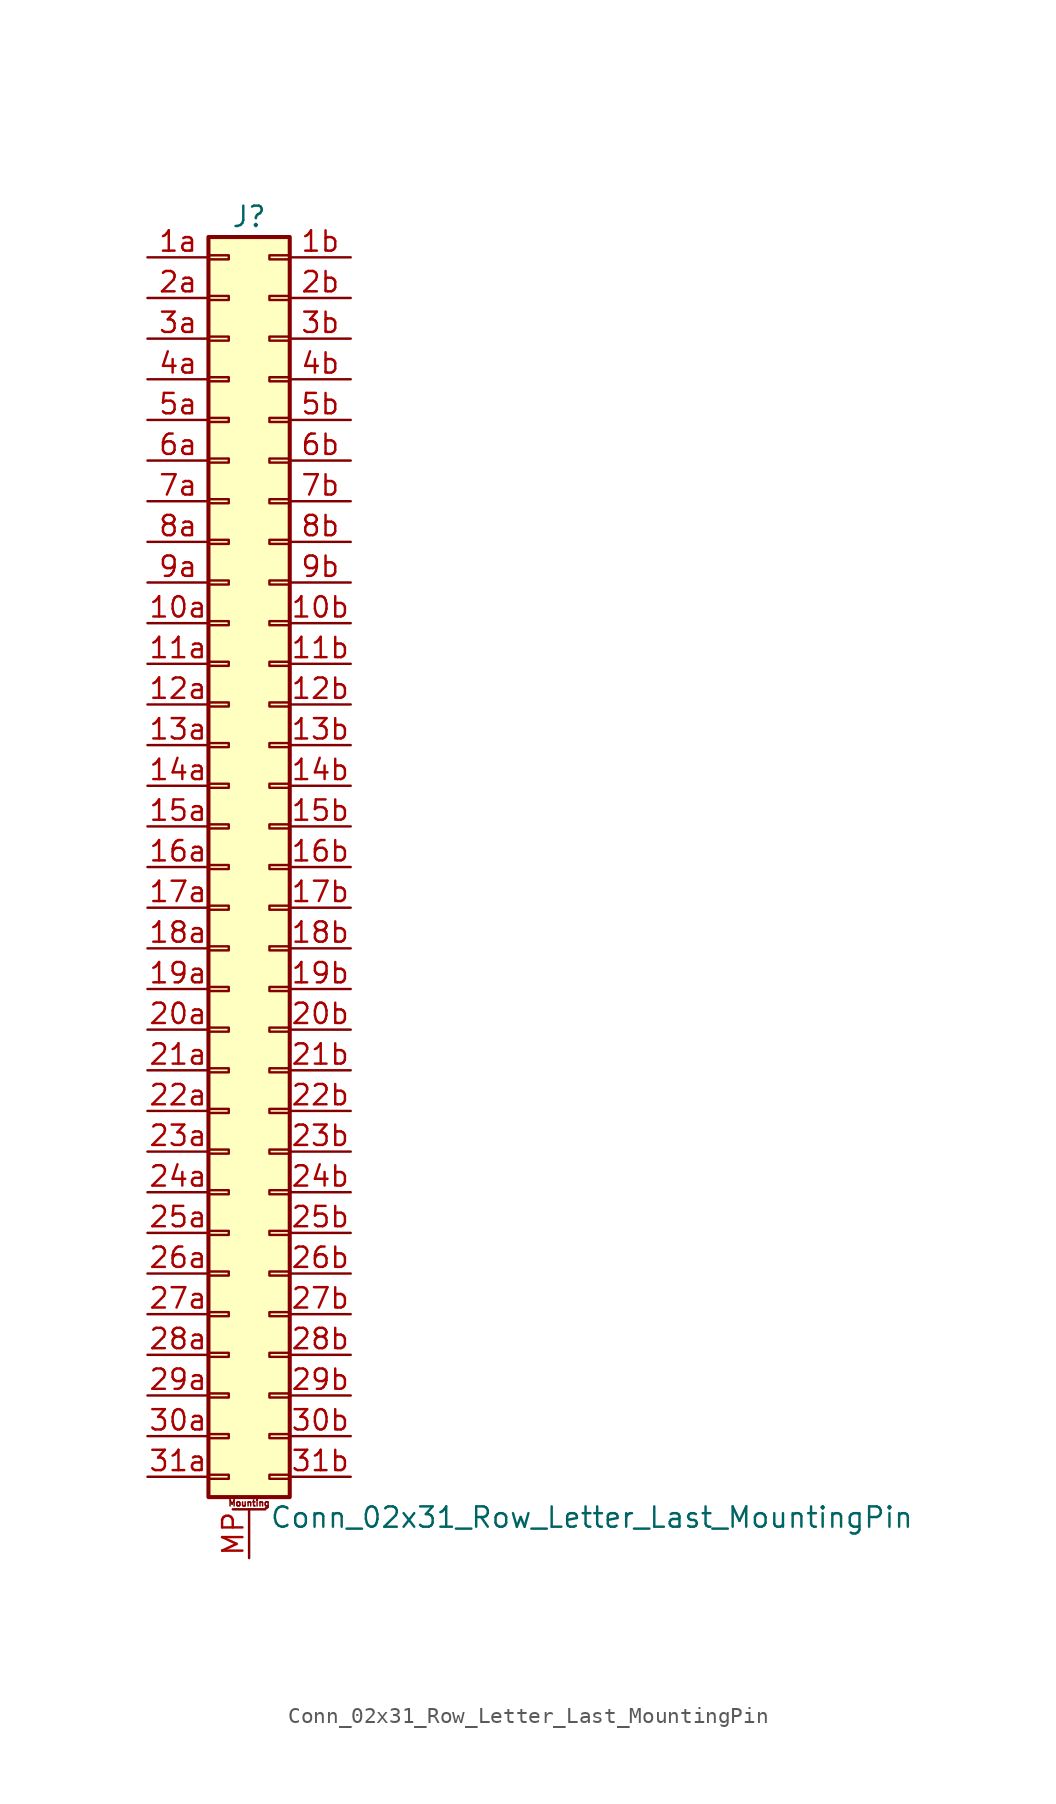
<source format=kicad_sym>
(kicad_symbol_lib
  (version 20201005)
  (generator kicad_symbol_editor)
  (symbol "Connector_Generic_MountingPin:Conn_02x31_Row_Letter_Last_MountingPin"
    (pin_names
      (offset 1.016) hide)
    (property "Reference" "J"
      (at 1.27 40.64 0)
      (effects (font (size 1.27 1.27))))
    (property "Value" "Conn_02x31_Row_Letter_Last_MountingPin"
      (at 2.54 -40.64 0)
      (effects (font (size 1.27 1.27)) (justify left)))
    (symbol "Conn_02x31_Row_Letter_Last_MountingPin_1_1"
      (text "Mounting" (at 1.27 -39.751 0) (effects (font (size 0.381 0.381))))
      (rectangle (start -1.27 -27.813) (end 0 -28.067) (stroke (width 0.152)) (fill (type none)))
      (rectangle (start -1.27 -30.353) (end 0 -30.607) (stroke (width 0.152)) (fill (type none)))
      (rectangle (start -1.27 -32.893) (end 0 -33.147) (stroke (width 0.152)) (fill (type none)))
      (rectangle (start -1.27 -35.433) (end 0 -35.687) (stroke (width 0.152)) (fill (type none)))
      (rectangle (start -1.27 -37.973) (end 0 -38.227) (stroke (width 0.152)) (fill (type none)))
      (rectangle (start -1.27 -4.953) (end 0 -5.207) (stroke (width 0.152)) (fill (type none)))
      (rectangle (start -1.27 -7.493) (end 0 -7.747) (stroke (width 0.152)) (fill (type none)))
      (rectangle (start -1.27 -10.033) (end 0 -10.287) (stroke (width 0.152)) (fill (type none)))
      (rectangle (start -1.27 -12.573) (end 0 -12.827) (stroke (width 0.152)) (fill (type none)))
      (rectangle (start -1.27 -15.113) (end 0 -15.367) (stroke (width 0.152)) (fill (type none)))
      (rectangle (start -1.27 -17.653) (end 0 -17.907) (stroke (width 0.152)) (fill (type none)))
      (rectangle (start -1.27 -20.193) (end 0 -20.447) (stroke (width 0.152)) (fill (type none)))
      (rectangle (start -1.27 -22.733) (end 0 -22.987) (stroke (width 0.152)) (fill (type none)))
      (rectangle (start -1.27 -2.413) (end 0 -2.667) (stroke (width 0.152)) (fill (type none)))
      (rectangle (start -1.27 -25.273) (end 0 -25.527) (stroke (width 0.152)) (fill (type none)))
      (rectangle (start -1.27 25.527) (end 0 25.273) (stroke (width 0.152)) (fill (type none)))
      (rectangle (start -1.27 2.667) (end 0 2.413) (stroke (width 0.152)) (fill (type none)))
      (rectangle (start -1.27 28.067) (end 0 27.813) (stroke (width 0.152)) (fill (type none)))
      (rectangle (start -1.27 30.607) (end 0 30.353) (stroke (width 0.152)) (fill (type none)))
      (rectangle (start -1.27 33.147) (end 0 32.893) (stroke (width 0.152)) (fill (type none)))
      (rectangle (start -1.27 35.687) (end 0 35.433) (stroke (width 0.152)) (fill (type none)))
      (rectangle (start -1.27 38.227) (end 0 37.973) (stroke (width 0.152)) (fill (type none)))
      (rectangle (start -1.27 39.37) (end 3.81 -39.37) (stroke (width 0.254)) (fill (type background)))
      (rectangle (start -1.27 5.207) (end 0 4.953) (stroke (width 0.152)) (fill (type none)))
      (rectangle (start -1.27 7.747) (end 0 7.493) (stroke (width 0.152)) (fill (type none)))
      (rectangle (start -1.27 10.287) (end 0 10.033) (stroke (width 0.152)) (fill (type none)))
      (rectangle (start -1.27 0.127) (end 0 -0.127) (stroke (width 0.152)) (fill (type none)))
      (rectangle (start -1.27 12.827) (end 0 12.573) (stroke (width 0.152)) (fill (type none)))
      (rectangle (start -1.27 15.367) (end 0 15.113) (stroke (width 0.152)) (fill (type none)))
      (rectangle (start -1.27 17.907) (end 0 17.653) (stroke (width 0.152)) (fill (type none)))
      (rectangle (start -1.27 20.447) (end 0 20.193) (stroke (width 0.152)) (fill (type none)))
      (rectangle (start -1.27 22.987) (end 0 22.733) (stroke (width 0.152)) (fill (type none)))
      (rectangle (start 3.81 -27.813) (end 2.54 -28.067) (stroke (width 0.152)) (fill (type none)))
      (rectangle (start 3.81 -30.353) (end 2.54 -30.607) (stroke (width 0.152)) (fill (type none)))
      (rectangle (start 3.81 -32.893) (end 2.54 -33.147) (stroke (width 0.152)) (fill (type none)))
      (rectangle (start 3.81 -35.433) (end 2.54 -35.687) (stroke (width 0.152)) (fill (type none)))
      (rectangle (start 3.81 -37.973) (end 2.54 -38.227) (stroke (width 0.152)) (fill (type none)))
      (rectangle (start 3.81 -4.953) (end 2.54 -5.207) (stroke (width 0.152)) (fill (type none)))
      (rectangle (start 3.81 -7.493) (end 2.54 -7.747) (stroke (width 0.152)) (fill (type none)))
      (rectangle (start 3.81 -10.033) (end 2.54 -10.287) (stroke (width 0.152)) (fill (type none)))
      (rectangle (start 3.81 -12.573) (end 2.54 -12.827) (stroke (width 0.152)) (fill (type none)))
      (rectangle (start 3.81 -15.113) (end 2.54 -15.367) (stroke (width 0.152)) (fill (type none)))
      (rectangle (start 3.81 -17.653) (end 2.54 -17.907) (stroke (width 0.152)) (fill (type none)))
      (rectangle (start 3.81 -20.193) (end 2.54 -20.447) (stroke (width 0.152)) (fill (type none)))
      (rectangle (start 3.81 -22.733) (end 2.54 -22.987) (stroke (width 0.152)) (fill (type none)))
      (rectangle (start 3.81 -2.413) (end 2.54 -2.667) (stroke (width 0.152)) (fill (type none)))
      (rectangle (start 3.81 -25.273) (end 2.54 -25.527) (stroke (width 0.152)) (fill (type none)))
      (rectangle (start 3.81 25.527) (end 2.54 25.273) (stroke (width 0.152)) (fill (type none)))
      (rectangle (start 3.81 2.667) (end 2.54 2.413) (stroke (width 0.152)) (fill (type none)))
      (rectangle (start 3.81 28.067) (end 2.54 27.813) (stroke (width 0.152)) (fill (type none)))
      (rectangle (start 3.81 30.607) (end 2.54 30.353) (stroke (width 0.152)) (fill (type none)))
      (rectangle (start 3.81 33.147) (end 2.54 32.893) (stroke (width 0.152)) (fill (type none)))
      (rectangle (start 3.81 35.687) (end 2.54 35.433) (stroke (width 0.152)) (fill (type none)))
      (rectangle (start 3.81 38.227) (end 2.54 37.973) (stroke (width 0.152)) (fill (type none)))
      (rectangle (start 3.81 5.207) (end 2.54 4.953) (stroke (width 0.152)) (fill (type none)))
      (rectangle (start 3.81 7.747) (end 2.54 7.493) (stroke (width 0.152)) (fill (type none)))
      (rectangle (start 3.81 10.287) (end 2.54 10.033) (stroke (width 0.152)) (fill (type none)))
      (rectangle (start 3.81 0.127) (end 2.54 -0.127) (stroke (width 0.152)) (fill (type none)))
      (rectangle (start 3.81 12.827) (end 2.54 12.573) (stroke (width 0.152)) (fill (type none)))
      (rectangle (start 3.81 15.367) (end 2.54 15.113) (stroke (width 0.152)) (fill (type none)))
      (rectangle (start 3.81 17.907) (end 2.54 17.653) (stroke (width 0.152)) (fill (type none)))
      (rectangle (start 3.81 20.447) (end 2.54 20.193) (stroke (width 0.152)) (fill (type none)))
      (rectangle (start 3.81 22.987) (end 2.54 22.733) (stroke (width 0.152)) (fill (type none)))
      (polyline (pts (xy 0.254 -40.132) (xy 2.286 -40.132)) (stroke (width 0.152)) (fill (type none)))
      (pin passive line (at 1.27 -43.18 90) (length 3.048) (name "MountPin" (effects (font (size 1.27 1.27)))) (number "MP" (effects (font (size 1.27 1.27)))))
      (pin passive line (at -5.08 15.24 0) (length 3.81) (name "Pin_10a" (effects (font (size 1.27 1.27)))) (number "10a" (effects (font (size 1.27 1.27)))))
      (pin passive line (at 7.62 15.24 180) (length 3.81) (name "Pin_10b" (effects (font (size 1.27 1.27)))) (number "10b" (effects (font (size 1.27 1.27)))))
      (pin passive line (at -5.08 12.7 0) (length 3.81) (name "Pin_11a" (effects (font (size 1.27 1.27)))) (number "11a" (effects (font (size 1.27 1.27)))))
      (pin passive line (at 7.62 12.7 180) (length 3.81) (name "Pin_11b" (effects (font (size 1.27 1.27)))) (number "11b" (effects (font (size 1.27 1.27)))))
      (pin passive line (at -5.08 10.16 0) (length 3.81) (name "Pin_12a" (effects (font (size 1.27 1.27)))) (number "12a" (effects (font (size 1.27 1.27)))))
      (pin passive line (at 7.62 10.16 180) (length 3.81) (name "Pin_12b" (effects (font (size 1.27 1.27)))) (number "12b" (effects (font (size 1.27 1.27)))))
      (pin passive line (at -5.08 7.62 0) (length 3.81) (name "Pin_13a" (effects (font (size 1.27 1.27)))) (number "13a" (effects (font (size 1.27 1.27)))))
      (pin passive line (at 7.62 7.62 180) (length 3.81) (name "Pin_13b" (effects (font (size 1.27 1.27)))) (number "13b" (effects (font (size 1.27 1.27)))))
      (pin passive line (at -5.08 5.08 0) (length 3.81) (name "Pin_14a" (effects (font (size 1.27 1.27)))) (number "14a" (effects (font (size 1.27 1.27)))))
      (pin passive line (at 7.62 5.08 180) (length 3.81) (name "Pin_14b" (effects (font (size 1.27 1.27)))) (number "14b" (effects (font (size 1.27 1.27)))))
      (pin passive line (at -5.08 2.54 0) (length 3.81) (name "Pin_15a" (effects (font (size 1.27 1.27)))) (number "15a" (effects (font (size 1.27 1.27)))))
      (pin passive line (at 7.62 2.54 180) (length 3.81) (name "Pin_15b" (effects (font (size 1.27 1.27)))) (number "15b" (effects (font (size 1.27 1.27)))))
      (pin passive line (at -5.08 0 0) (length 3.81) (name "Pin_16a" (effects (font (size 1.27 1.27)))) (number "16a" (effects (font (size 1.27 1.27)))))
      (pin passive line (at 7.62 0 180) (length 3.81) (name "Pin_16b" (effects (font (size 1.27 1.27)))) (number "16b" (effects (font (size 1.27 1.27)))))
      (pin passive line (at -5.08 -2.54 0) (length 3.81) (name "Pin_17a" (effects (font (size 1.27 1.27)))) (number "17a" (effects (font (size 1.27 1.27)))))
      (pin passive line (at 7.62 -2.54 180) (length 3.81) (name "Pin_17b" (effects (font (size 1.27 1.27)))) (number "17b" (effects (font (size 1.27 1.27)))))
      (pin passive line (at -5.08 -5.08 0) (length 3.81) (name "Pin_18a" (effects (font (size 1.27 1.27)))) (number "18a" (effects (font (size 1.27 1.27)))))
      (pin passive line (at 7.62 -5.08 180) (length 3.81) (name "Pin_18b" (effects (font (size 1.27 1.27)))) (number "18b" (effects (font (size 1.27 1.27)))))
      (pin passive line (at -5.08 -7.62 0) (length 3.81) (name "Pin_19a" (effects (font (size 1.27 1.27)))) (number "19a" (effects (font (size 1.27 1.27)))))
      (pin passive line (at 7.62 -7.62 180) (length 3.81) (name "Pin_19b" (effects (font (size 1.27 1.27)))) (number "19b" (effects (font (size 1.27 1.27)))))
      (pin passive line (at -5.08 38.1 0) (length 3.81) (name "Pin_1a" (effects (font (size 1.27 1.27)))) (number "1a" (effects (font (size 1.27 1.27)))))
      (pin passive line (at 7.62 38.1 180) (length 3.81) (name "Pin_1b" (effects (font (size 1.27 1.27)))) (number "1b" (effects (font (size 1.27 1.27)))))
      (pin passive line (at -5.08 -10.16 0) (length 3.81) (name "Pin_20a" (effects (font (size 1.27 1.27)))) (number "20a" (effects (font (size 1.27 1.27)))))
      (pin passive line (at 7.62 -10.16 180) (length 3.81) (name "Pin_20b" (effects (font (size 1.27 1.27)))) (number "20b" (effects (font (size 1.27 1.27)))))
      (pin passive line (at -5.08 -12.7 0) (length 3.81) (name "Pin_21a" (effects (font (size 1.27 1.27)))) (number "21a" (effects (font (size 1.27 1.27)))))
      (pin passive line (at 7.62 -12.7 180) (length 3.81) (name "Pin_21b" (effects (font (size 1.27 1.27)))) (number "21b" (effects (font (size 1.27 1.27)))))
      (pin passive line (at -5.08 -15.24 0) (length 3.81) (name "Pin_22a" (effects (font (size 1.27 1.27)))) (number "22a" (effects (font (size 1.27 1.27)))))
      (pin passive line (at 7.62 -15.24 180) (length 3.81) (name "Pin_22b" (effects (font (size 1.27 1.27)))) (number "22b" (effects (font (size 1.27 1.27)))))
      (pin passive line (at -5.08 -17.78 0) (length 3.81) (name "Pin_23a" (effects (font (size 1.27 1.27)))) (number "23a" (effects (font (size 1.27 1.27)))))
      (pin passive line (at 7.62 -17.78 180) (length 3.81) (name "Pin_23b" (effects (font (size 1.27 1.27)))) (number "23b" (effects (font (size 1.27 1.27)))))
      (pin passive line (at -5.08 -20.32 0) (length 3.81) (name "Pin_24a" (effects (font (size 1.27 1.27)))) (number "24a" (effects (font (size 1.27 1.27)))))
      (pin passive line (at 7.62 -20.32 180) (length 3.81) (name "Pin_24b" (effects (font (size 1.27 1.27)))) (number "24b" (effects (font (size 1.27 1.27)))))
      (pin passive line (at -5.08 -22.86 0) (length 3.81) (name "Pin_25a" (effects (font (size 1.27 1.27)))) (number "25a" (effects (font (size 1.27 1.27)))))
      (pin passive line (at 7.62 -22.86 180) (length 3.81) (name "Pin_25b" (effects (font (size 1.27 1.27)))) (number "25b" (effects (font (size 1.27 1.27)))))
      (pin passive line (at -5.08 -25.4 0) (length 3.81) (name "Pin_26a" (effects (font (size 1.27 1.27)))) (number "26a" (effects (font (size 1.27 1.27)))))
      (pin passive line (at 7.62 -25.4 180) (length 3.81) (name "Pin_26b" (effects (font (size 1.27 1.27)))) (number "26b" (effects (font (size 1.27 1.27)))))
      (pin passive line (at -5.08 -27.94 0) (length 3.81) (name "Pin_27a" (effects (font (size 1.27 1.27)))) (number "27a" (effects (font (size 1.27 1.27)))))
      (pin passive line (at 7.62 -27.94 180) (length 3.81) (name "Pin_27b" (effects (font (size 1.27 1.27)))) (number "27b" (effects (font (size 1.27 1.27)))))
      (pin passive line (at -5.08 -30.48 0) (length 3.81) (name "Pin_28a" (effects (font (size 1.27 1.27)))) (number "28a" (effects (font (size 1.27 1.27)))))
      (pin passive line (at 7.62 -30.48 180) (length 3.81) (name "Pin_28b" (effects (font (size 1.27 1.27)))) (number "28b" (effects (font (size 1.27 1.27)))))
      (pin passive line (at -5.08 -33.02 0) (length 3.81) (name "Pin_29a" (effects (font (size 1.27 1.27)))) (number "29a" (effects (font (size 1.27 1.27)))))
      (pin passive line (at 7.62 -33.02 180) (length 3.81) (name "Pin_29b" (effects (font (size 1.27 1.27)))) (number "29b" (effects (font (size 1.27 1.27)))))
      (pin passive line (at -5.08 35.56 0) (length 3.81) (name "Pin_2a" (effects (font (size 1.27 1.27)))) (number "2a" (effects (font (size 1.27 1.27)))))
      (pin passive line (at 7.62 35.56 180) (length 3.81) (name "Pin_2b" (effects (font (size 1.27 1.27)))) (number "2b" (effects (font (size 1.27 1.27)))))
      (pin passive line (at -5.08 -35.56 0) (length 3.81) (name "Pin_30a" (effects (font (size 1.27 1.27)))) (number "30a" (effects (font (size 1.27 1.27)))))
      (pin passive line (at 7.62 -35.56 180) (length 3.81) (name "Pin_30b" (effects (font (size 1.27 1.27)))) (number "30b" (effects (font (size 1.27 1.27)))))
      (pin passive line (at -5.08 -38.1 0) (length 3.81) (name "Pin_31a" (effects (font (size 1.27 1.27)))) (number "31a" (effects (font (size 1.27 1.27)))))
      (pin passive line (at 7.62 -38.1 180) (length 3.81) (name "Pin_31b" (effects (font (size 1.27 1.27)))) (number "31b" (effects (font (size 1.27 1.27)))))
      (pin passive line (at -5.08 33.02 0) (length 3.81) (name "Pin_3a" (effects (font (size 1.27 1.27)))) (number "3a" (effects (font (size 1.27 1.27)))))
      (pin passive line (at 7.62 33.02 180) (length 3.81) (name "Pin_3b" (effects (font (size 1.27 1.27)))) (number "3b" (effects (font (size 1.27 1.27)))))
      (pin passive line (at -5.08 30.48 0) (length 3.81) (name "Pin_4a" (effects (font (size 1.27 1.27)))) (number "4a" (effects (font (size 1.27 1.27)))))
      (pin passive line (at 7.62 30.48 180) (length 3.81) (name "Pin_4b" (effects (font (size 1.27 1.27)))) (number "4b" (effects (font (size 1.27 1.27)))))
      (pin passive line (at -5.08 27.94 0) (length 3.81) (name "Pin_5a" (effects (font (size 1.27 1.27)))) (number "5a" (effects (font (size 1.27 1.27)))))
      (pin passive line (at 7.62 27.94 180) (length 3.81) (name "Pin_5b" (effects (font (size 1.27 1.27)))) (number "5b" (effects (font (size 1.27 1.27)))))
      (pin passive line (at -5.08 25.4 0) (length 3.81) (name "Pin_6a" (effects (font (size 1.27 1.27)))) (number "6a" (effects (font (size 1.27 1.27)))))
      (pin passive line (at 7.62 25.4 180) (length 3.81) (name "Pin_6b" (effects (font (size 1.27 1.27)))) (number "6b" (effects (font (size 1.27 1.27)))))
      (pin passive line (at -5.08 22.86 0) (length 3.81) (name "Pin_7a" (effects (font (size 1.27 1.27)))) (number "7a" (effects (font (size 1.27 1.27)))))
      (pin passive line (at 7.62 22.86 180) (length 3.81) (name "Pin_7b" (effects (font (size 1.27 1.27)))) (number "7b" (effects (font (size 1.27 1.27)))))
      (pin passive line (at -5.08 20.32 0) (length 3.81) (name "Pin_8a" (effects (font (size 1.27 1.27)))) (number "8a" (effects (font (size 1.27 1.27)))))
      (pin passive line (at 7.62 20.32 180) (length 3.81) (name "Pin_8b" (effects (font (size 1.27 1.27)))) (number "8b" (effects (font (size 1.27 1.27)))))
      (pin passive line (at -5.08 17.78 0) (length 3.81) (name "Pin_9a" (effects (font (size 1.27 1.27)))) (number "9a" (effects (font (size 1.27 1.27)))))
      (pin passive line (at 7.62 17.78 180) (length 3.81) (name "Pin_9b" (effects (font (size 1.27 1.27)))) (number "9b" (effects (font (size 1.27 1.27))))))))
</source>
